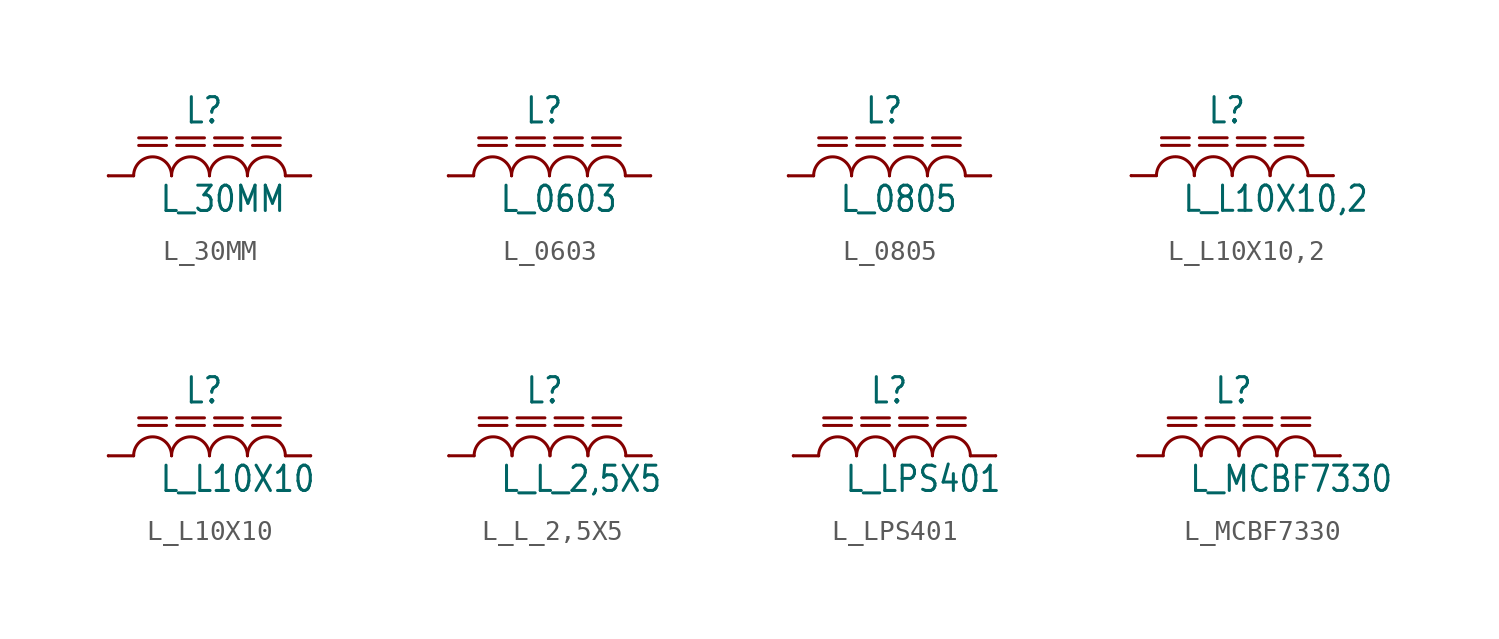
<source format=kicad_sym>
(kicad_symbol_lib
  (version 20201005)
  (generator kicad_symbol_editor)
  (symbol "L_30MM"
    (property "Reference" "L"
      (at -1.27 2.54 0)
      (effects (font (size 1.27 1.079)) (justify left bottom)))
    (property "Value" "L_30MM"
      (at -2.54 -1.905 0)
      (effects (font (size 1.27 1.079)) (justify left bottom)))
    (property "ki_locked" ""
      (at 0 0 0)
      (effects (font (size 1.27 1.27))))
    (symbol "L_30MM_1_0"
      (arc (start -1.905 0) (end -3.81 0) (radius (at -2.8575 0) (length 0.9525) (angles 0.1 179.9)) (stroke (width 0.1524)) (fill (type none)))
      (arc (start 0 0) (end -1.905 0) (radius (at -0.9525 0) (length 0.9525) (angles 0.1 179.9)) (stroke (width 0.1524)) (fill (type none)))
      (arc (start 1.905 0) (end 0 0) (radius (at 0.9525 0) (length 0.9525) (angles 0.1 179.9)) (stroke (width 0.1524)) (fill (type none)))
      (arc (start 3.81 0) (end 1.905 0) (radius (at 2.8575 0) (length 0.9525) (angles 0.1 179.9)) (stroke (width 0.1524)) (fill (type none)))
      (polyline (pts (xy 3.81 0) (xy 5.08 0)) (stroke (width 0.152)) (fill (type none)))
      (polyline (pts (xy -5.08 0) (xy -3.81 0)) (stroke (width 0.152)) (fill (type none)))
      (polyline (pts (xy -3.556 1.905) (xy -2.159 1.905)) (stroke (width 0.152)) (fill (type none)))
      (polyline (pts (xy 0.254 1.905) (xy 1.651 1.905)) (stroke (width 0.152)) (fill (type none)))
      (polyline (pts (xy -1.651 1.905) (xy -0.254 1.905)) (stroke (width 0.152)) (fill (type none)))
      (polyline (pts (xy 2.159 1.905) (xy 3.556 1.905)) (stroke (width 0.152)) (fill (type none)))
      (polyline (pts (xy -3.556 1.524) (xy -2.159 1.524)) (stroke (width 0.152)) (fill (type none)))
      (polyline (pts (xy -1.651 1.524) (xy -0.254 1.524)) (stroke (width 0.152)) (fill (type none)))
      (polyline (pts (xy 0.254 1.524) (xy 1.651 1.524)) (stroke (width 0.152)) (fill (type none)))
      (polyline (pts (xy 2.159 1.524) (xy 3.556 1.524)) (stroke (width 0.152)) (fill (type none)))
      (pin passive line (at -5.08 0 0) (length 0) (name "1" (effects (font (size 0 0)))) (number "1" (effects (font (size 0 0)))))
      (pin passive line (at 5.08 0 180) (length 0) (name "2" (effects (font (size 0 0)))) (number "2" (effects (font (size 0 0)))))))
  (symbol "L_0603"
    (property "Reference" "L"
      (at -1.27 2.54 0)
      (effects (font (size 1.27 1.079)) (justify left bottom)))
    (property "Value" "L_0603"
      (at -2.54 -1.905 0)
      (effects (font (size 1.27 1.079)) (justify left bottom)))
    (property "ki_locked" ""
      (at 0 0 0)
      (effects (font (size 1.27 1.27))))
    (symbol "L_0603_1_0"
      (arc (start -1.905 0) (end -3.81 0) (radius (at -2.8575 0) (length 0.9525) (angles 0.1 179.9)) (stroke (width 0.1524)) (fill (type none)))
      (arc (start 0 0) (end -1.905 0) (radius (at -0.9525 0) (length 0.9525) (angles 0.1 179.9)) (stroke (width 0.1524)) (fill (type none)))
      (arc (start 1.905 0) (end 0 0) (radius (at 0.9525 0) (length 0.9525) (angles 0.1 179.9)) (stroke (width 0.1524)) (fill (type none)))
      (arc (start 3.81 0) (end 1.905 0) (radius (at 2.8575 0) (length 0.9525) (angles 0.1 179.9)) (stroke (width 0.1524)) (fill (type none)))
      (polyline (pts (xy 3.81 0) (xy 5.08 0)) (stroke (width 0.152)) (fill (type none)))
      (polyline (pts (xy -5.08 0) (xy -3.81 0)) (stroke (width 0.152)) (fill (type none)))
      (polyline (pts (xy -3.556 1.905) (xy -2.159 1.905)) (stroke (width 0.152)) (fill (type none)))
      (polyline (pts (xy 0.254 1.905) (xy 1.651 1.905)) (stroke (width 0.152)) (fill (type none)))
      (polyline (pts (xy -1.651 1.905) (xy -0.254 1.905)) (stroke (width 0.152)) (fill (type none)))
      (polyline (pts (xy 2.159 1.905) (xy 3.556 1.905)) (stroke (width 0.152)) (fill (type none)))
      (polyline (pts (xy -3.556 1.524) (xy -2.159 1.524)) (stroke (width 0.152)) (fill (type none)))
      (polyline (pts (xy -1.651 1.524) (xy -0.254 1.524)) (stroke (width 0.152)) (fill (type none)))
      (polyline (pts (xy 0.254 1.524) (xy 1.651 1.524)) (stroke (width 0.152)) (fill (type none)))
      (polyline (pts (xy 2.159 1.524) (xy 3.556 1.524)) (stroke (width 0.152)) (fill (type none)))
      (pin passive line (at -5.08 0 0) (length 0) (name "1" (effects (font (size 0 0)))) (number "1" (effects (font (size 0 0)))))
      (pin passive line (at 5.08 0 180) (length 0) (name "2" (effects (font (size 0 0)))) (number "2" (effects (font (size 0 0)))))))
  (symbol "L_0805"
    (property "Reference" "L"
      (at -1.27 2.54 0)
      (effects (font (size 1.27 1.079)) (justify left bottom)))
    (property "Value" "L_0805"
      (at -2.54 -1.905 0)
      (effects (font (size 1.27 1.079)) (justify left bottom)))
    (property "ki_locked" ""
      (at 0 0 0)
      (effects (font (size 1.27 1.27))))
    (symbol "L_0805_1_0"
      (arc (start -1.905 0) (end -3.81 0) (radius (at -2.8575 0) (length 0.9525) (angles 0.1 179.9)) (stroke (width 0.1524)) (fill (type none)))
      (arc (start 0 0) (end -1.905 0) (radius (at -0.9525 0) (length 0.9525) (angles 0.1 179.9)) (stroke (width 0.1524)) (fill (type none)))
      (arc (start 1.905 0) (end 0 0) (radius (at 0.9525 0) (length 0.9525) (angles 0.1 179.9)) (stroke (width 0.1524)) (fill (type none)))
      (arc (start 3.81 0) (end 1.905 0) (radius (at 2.8575 0) (length 0.9525) (angles 0.1 179.9)) (stroke (width 0.1524)) (fill (type none)))
      (polyline (pts (xy 3.81 0) (xy 5.08 0)) (stroke (width 0.152)) (fill (type none)))
      (polyline (pts (xy -5.08 0) (xy -3.81 0)) (stroke (width 0.152)) (fill (type none)))
      (polyline (pts (xy -3.556 1.905) (xy -2.159 1.905)) (stroke (width 0.152)) (fill (type none)))
      (polyline (pts (xy 0.254 1.905) (xy 1.651 1.905)) (stroke (width 0.152)) (fill (type none)))
      (polyline (pts (xy -1.651 1.905) (xy -0.254 1.905)) (stroke (width 0.152)) (fill (type none)))
      (polyline (pts (xy 2.159 1.905) (xy 3.556 1.905)) (stroke (width 0.152)) (fill (type none)))
      (polyline (pts (xy -3.556 1.524) (xy -2.159 1.524)) (stroke (width 0.152)) (fill (type none)))
      (polyline (pts (xy -1.651 1.524) (xy -0.254 1.524)) (stroke (width 0.152)) (fill (type none)))
      (polyline (pts (xy 0.254 1.524) (xy 1.651 1.524)) (stroke (width 0.152)) (fill (type none)))
      (polyline (pts (xy 2.159 1.524) (xy 3.556 1.524)) (stroke (width 0.152)) (fill (type none)))
      (pin passive line (at -5.08 0 0) (length 0) (name "1" (effects (font (size 0 0)))) (number "1" (effects (font (size 0 0)))))
      (pin passive line (at 5.08 0 180) (length 0) (name "2" (effects (font (size 0 0)))) (number "2" (effects (font (size 0 0)))))))
  (symbol "L_L10X10,2"
    (property "Reference" "L"
      (at -1.27 2.54 0)
      (effects (font (size 1.27 1.079)) (justify left bottom)))
    (property "Value" "L_L10X10,2"
      (at -2.54 -1.905 0)
      (effects (font (size 1.27 1.079)) (justify left bottom)))
    (property "ki_locked" ""
      (at 0 0 0)
      (effects (font (size 1.27 1.27))))
    (symbol "L_L10X10,2_1_0"
      (arc (start -1.905 0) (end -3.81 0) (radius (at -2.8575 0) (length 0.9525) (angles 0.1 179.9)) (stroke (width 0.1524)) (fill (type none)))
      (arc (start 0 0) (end -1.905 0) (radius (at -0.9525 0) (length 0.9525) (angles 0.1 179.9)) (stroke (width 0.1524)) (fill (type none)))
      (arc (start 1.905 0) (end 0 0) (radius (at 0.9525 0) (length 0.9525) (angles 0.1 179.9)) (stroke (width 0.1524)) (fill (type none)))
      (arc (start 3.81 0) (end 1.905 0) (radius (at 2.8575 0) (length 0.9525) (angles 0.1 179.9)) (stroke (width 0.1524)) (fill (type none)))
      (polyline (pts (xy 3.81 0) (xy 5.08 0)) (stroke (width 0.152)) (fill (type none)))
      (polyline (pts (xy -5.08 0) (xy -3.81 0)) (stroke (width 0.152)) (fill (type none)))
      (polyline (pts (xy -3.556 1.905) (xy -2.159 1.905)) (stroke (width 0.152)) (fill (type none)))
      (polyline (pts (xy 0.254 1.905) (xy 1.651 1.905)) (stroke (width 0.152)) (fill (type none)))
      (polyline (pts (xy -1.651 1.905) (xy -0.254 1.905)) (stroke (width 0.152)) (fill (type none)))
      (polyline (pts (xy 2.159 1.905) (xy 3.556 1.905)) (stroke (width 0.152)) (fill (type none)))
      (polyline (pts (xy -3.556 1.524) (xy -2.159 1.524)) (stroke (width 0.152)) (fill (type none)))
      (polyline (pts (xy -1.651 1.524) (xy -0.254 1.524)) (stroke (width 0.152)) (fill (type none)))
      (polyline (pts (xy 0.254 1.524) (xy 1.651 1.524)) (stroke (width 0.152)) (fill (type none)))
      (polyline (pts (xy 2.159 1.524) (xy 3.556 1.524)) (stroke (width 0.152)) (fill (type none)))
      (pin passive line (at -5.08 0 0) (length 0) (name "1" (effects (font (size 0 0)))) (number "1" (effects (font (size 0 0)))))
      (pin passive line (at 5.08 0 180) (length 0) (name "2" (effects (font (size 0 0)))) (number "2" (effects (font (size 0 0)))))))
  (symbol "L_L10X10"
    (property "Reference" "L"
      (at -1.27 2.54 0)
      (effects (font (size 1.27 1.079)) (justify left bottom)))
    (property "Value" "L_L10X10"
      (at -2.54 -1.905 0)
      (effects (font (size 1.27 1.079)) (justify left bottom)))
    (property "ki_locked" ""
      (at 0 0 0)
      (effects (font (size 1.27 1.27))))
    (symbol "L_L10X10_1_0"
      (arc (start -1.905 0) (end -3.81 0) (radius (at -2.8575 0) (length 0.9525) (angles 0.1 179.9)) (stroke (width 0.1524)) (fill (type none)))
      (arc (start 0 0) (end -1.905 0) (radius (at -0.9525 0) (length 0.9525) (angles 0.1 179.9)) (stroke (width 0.1524)) (fill (type none)))
      (arc (start 1.905 0) (end 0 0) (radius (at 0.9525 0) (length 0.9525) (angles 0.1 179.9)) (stroke (width 0.1524)) (fill (type none)))
      (arc (start 3.81 0) (end 1.905 0) (radius (at 2.8575 0) (length 0.9525) (angles 0.1 179.9)) (stroke (width 0.1524)) (fill (type none)))
      (polyline (pts (xy 3.81 0) (xy 5.08 0)) (stroke (width 0.152)) (fill (type none)))
      (polyline (pts (xy -5.08 0) (xy -3.81 0)) (stroke (width 0.152)) (fill (type none)))
      (polyline (pts (xy -3.556 1.905) (xy -2.159 1.905)) (stroke (width 0.152)) (fill (type none)))
      (polyline (pts (xy 0.254 1.905) (xy 1.651 1.905)) (stroke (width 0.152)) (fill (type none)))
      (polyline (pts (xy -1.651 1.905) (xy -0.254 1.905)) (stroke (width 0.152)) (fill (type none)))
      (polyline (pts (xy 2.159 1.905) (xy 3.556 1.905)) (stroke (width 0.152)) (fill (type none)))
      (polyline (pts (xy -3.556 1.524) (xy -2.159 1.524)) (stroke (width 0.152)) (fill (type none)))
      (polyline (pts (xy -1.651 1.524) (xy -0.254 1.524)) (stroke (width 0.152)) (fill (type none)))
      (polyline (pts (xy 0.254 1.524) (xy 1.651 1.524)) (stroke (width 0.152)) (fill (type none)))
      (polyline (pts (xy 2.159 1.524) (xy 3.556 1.524)) (stroke (width 0.152)) (fill (type none)))
      (pin passive line (at -5.08 0 0) (length 0) (name "1" (effects (font (size 0 0)))) (number "P$1" (effects (font (size 0 0)))))
      (pin passive line (at 5.08 0 180) (length 0) (name "2" (effects (font (size 0 0)))) (number "P$2" (effects (font (size 0 0)))))))
  (symbol "L_L_2,5X5"
    (property "Reference" "L"
      (at -1.27 2.54 0)
      (effects (font (size 1.27 1.079)) (justify left bottom)))
    (property "Value" "L_L_2,5X5"
      (at -2.54 -1.905 0)
      (effects (font (size 1.27 1.079)) (justify left bottom)))
    (property "ki_locked" ""
      (at 0 0 0)
      (effects (font (size 1.27 1.27))))
    (symbol "L_L_2,5X5_1_0"
      (arc (start -1.905 0) (end -3.81 0) (radius (at -2.8575 0) (length 0.9525) (angles 0.1 179.9)) (stroke (width 0.1524)) (fill (type none)))
      (arc (start 0 0) (end -1.905 0) (radius (at -0.9525 0) (length 0.9525) (angles 0.1 179.9)) (stroke (width 0.1524)) (fill (type none)))
      (arc (start 1.905 0) (end 0 0) (radius (at 0.9525 0) (length 0.9525) (angles 0.1 179.9)) (stroke (width 0.1524)) (fill (type none)))
      (arc (start 3.81 0) (end 1.905 0) (radius (at 2.8575 0) (length 0.9525) (angles 0.1 179.9)) (stroke (width 0.1524)) (fill (type none)))
      (polyline (pts (xy 3.81 0) (xy 5.08 0)) (stroke (width 0.152)) (fill (type none)))
      (polyline (pts (xy -5.08 0) (xy -3.81 0)) (stroke (width 0.152)) (fill (type none)))
      (polyline (pts (xy -3.556 1.905) (xy -2.159 1.905)) (stroke (width 0.152)) (fill (type none)))
      (polyline (pts (xy 0.254 1.905) (xy 1.651 1.905)) (stroke (width 0.152)) (fill (type none)))
      (polyline (pts (xy -1.651 1.905) (xy -0.254 1.905)) (stroke (width 0.152)) (fill (type none)))
      (polyline (pts (xy 2.159 1.905) (xy 3.556 1.905)) (stroke (width 0.152)) (fill (type none)))
      (polyline (pts (xy -3.556 1.524) (xy -2.159 1.524)) (stroke (width 0.152)) (fill (type none)))
      (polyline (pts (xy -1.651 1.524) (xy -0.254 1.524)) (stroke (width 0.152)) (fill (type none)))
      (polyline (pts (xy 0.254 1.524) (xy 1.651 1.524)) (stroke (width 0.152)) (fill (type none)))
      (polyline (pts (xy 2.159 1.524) (xy 3.556 1.524)) (stroke (width 0.152)) (fill (type none)))
      (pin passive line (at -5.08 0 0) (length 0) (name "1" (effects (font (size 0 0)))) (number "1" (effects (font (size 0 0)))))
      (pin passive line (at 5.08 0 180) (length 0) (name "2" (effects (font (size 0 0)))) (number "2" (effects (font (size 0 0)))))))
  (symbol "L_LPS401"
    (property "Reference" "L"
      (at -1.27 2.54 0)
      (effects (font (size 1.27 1.079)) (justify left bottom)))
    (property "Value" "L_LPS401"
      (at -2.54 -1.905 0)
      (effects (font (size 1.27 1.079)) (justify left bottom)))
    (property "ki_locked" ""
      (at 0 0 0)
      (effects (font (size 1.27 1.27))))
    (symbol "L_LPS401_1_0"
      (arc (start -1.905 0) (end -3.81 0) (radius (at -2.8575 0) (length 0.9525) (angles 0.1 179.9)) (stroke (width 0.1524)) (fill (type none)))
      (arc (start 0 0) (end -1.905 0) (radius (at -0.9525 0) (length 0.9525) (angles 0.1 179.9)) (stroke (width 0.1524)) (fill (type none)))
      (arc (start 1.905 0) (end 0 0) (radius (at 0.9525 0) (length 0.9525) (angles 0.1 179.9)) (stroke (width 0.1524)) (fill (type none)))
      (arc (start 3.81 0) (end 1.905 0) (radius (at 2.8575 0) (length 0.9525) (angles 0.1 179.9)) (stroke (width 0.1524)) (fill (type none)))
      (polyline (pts (xy 3.81 0) (xy 5.08 0)) (stroke (width 0.152)) (fill (type none)))
      (polyline (pts (xy -5.08 0) (xy -3.81 0)) (stroke (width 0.152)) (fill (type none)))
      (polyline (pts (xy -3.556 1.905) (xy -2.159 1.905)) (stroke (width 0.152)) (fill (type none)))
      (polyline (pts (xy 0.254 1.905) (xy 1.651 1.905)) (stroke (width 0.152)) (fill (type none)))
      (polyline (pts (xy -1.651 1.905) (xy -0.254 1.905)) (stroke (width 0.152)) (fill (type none)))
      (polyline (pts (xy 2.159 1.905) (xy 3.556 1.905)) (stroke (width 0.152)) (fill (type none)))
      (polyline (pts (xy -3.556 1.524) (xy -2.159 1.524)) (stroke (width 0.152)) (fill (type none)))
      (polyline (pts (xy -1.651 1.524) (xy -0.254 1.524)) (stroke (width 0.152)) (fill (type none)))
      (polyline (pts (xy 0.254 1.524) (xy 1.651 1.524)) (stroke (width 0.152)) (fill (type none)))
      (polyline (pts (xy 2.159 1.524) (xy 3.556 1.524)) (stroke (width 0.152)) (fill (type none)))
      (pin passive line (at -5.08 0 0) (length 0) (name "1" (effects (font (size 0 0)))) (number "P$1" (effects (font (size 0 0)))))
      (pin passive line (at 5.08 0 180) (length 0) (name "2" (effects (font (size 0 0)))) (number "P$2" (effects (font (size 0 0)))))))
  (symbol "L_MCBF7330"
    (property "Reference" "L"
      (at -1.27 2.54 0)
      (effects (font (size 1.27 1.079)) (justify left bottom)))
    (property "Value" "L_MCBF7330"
      (at -2.54 -1.905 0)
      (effects (font (size 1.27 1.079)) (justify left bottom)))
    (property "ki_locked" ""
      (at 0 0 0)
      (effects (font (size 1.27 1.27))))
    (symbol "L_MCBF7330_1_0"
      (arc (start -1.905 0) (end -3.81 0) (radius (at -2.8575 0) (length 0.9525) (angles 0.1 179.9)) (stroke (width 0.1524)) (fill (type none)))
      (arc (start 0 0) (end -1.905 0) (radius (at -0.9525 0) (length 0.9525) (angles 0.1 179.9)) (stroke (width 0.1524)) (fill (type none)))
      (arc (start 1.905 0) (end 0 0) (radius (at 0.9525 0) (length 0.9525) (angles 0.1 179.9)) (stroke (width 0.1524)) (fill (type none)))
      (arc (start 3.81 0) (end 1.905 0) (radius (at 2.8575 0) (length 0.9525) (angles 0.1 179.9)) (stroke (width 0.1524)) (fill (type none)))
      (polyline (pts (xy 3.81 0) (xy 5.08 0)) (stroke (width 0.152)) (fill (type none)))
      (polyline (pts (xy -5.08 0) (xy -3.81 0)) (stroke (width 0.152)) (fill (type none)))
      (polyline (pts (xy -3.556 1.905) (xy -2.159 1.905)) (stroke (width 0.152)) (fill (type none)))
      (polyline (pts (xy 0.254 1.905) (xy 1.651 1.905)) (stroke (width 0.152)) (fill (type none)))
      (polyline (pts (xy -1.651 1.905) (xy -0.254 1.905)) (stroke (width 0.152)) (fill (type none)))
      (polyline (pts (xy 2.159 1.905) (xy 3.556 1.905)) (stroke (width 0.152)) (fill (type none)))
      (polyline (pts (xy -3.556 1.524) (xy -2.159 1.524)) (stroke (width 0.152)) (fill (type none)))
      (polyline (pts (xy -1.651 1.524) (xy -0.254 1.524)) (stroke (width 0.152)) (fill (type none)))
      (polyline (pts (xy 0.254 1.524) (xy 1.651 1.524)) (stroke (width 0.152)) (fill (type none)))
      (polyline (pts (xy 2.159 1.524) (xy 3.556 1.524)) (stroke (width 0.152)) (fill (type none)))
      (pin passive line (at -5.08 0 0) (length 0) (name "1" (effects (font (size 0 0)))) (number "1" (effects (font (size 0 0)))))
      (pin passive line (at 5.08 0 180) (length 0) (name "2" (effects (font (size 0 0)))) (number "2" (effects (font (size 0 0))))))))
</source>
